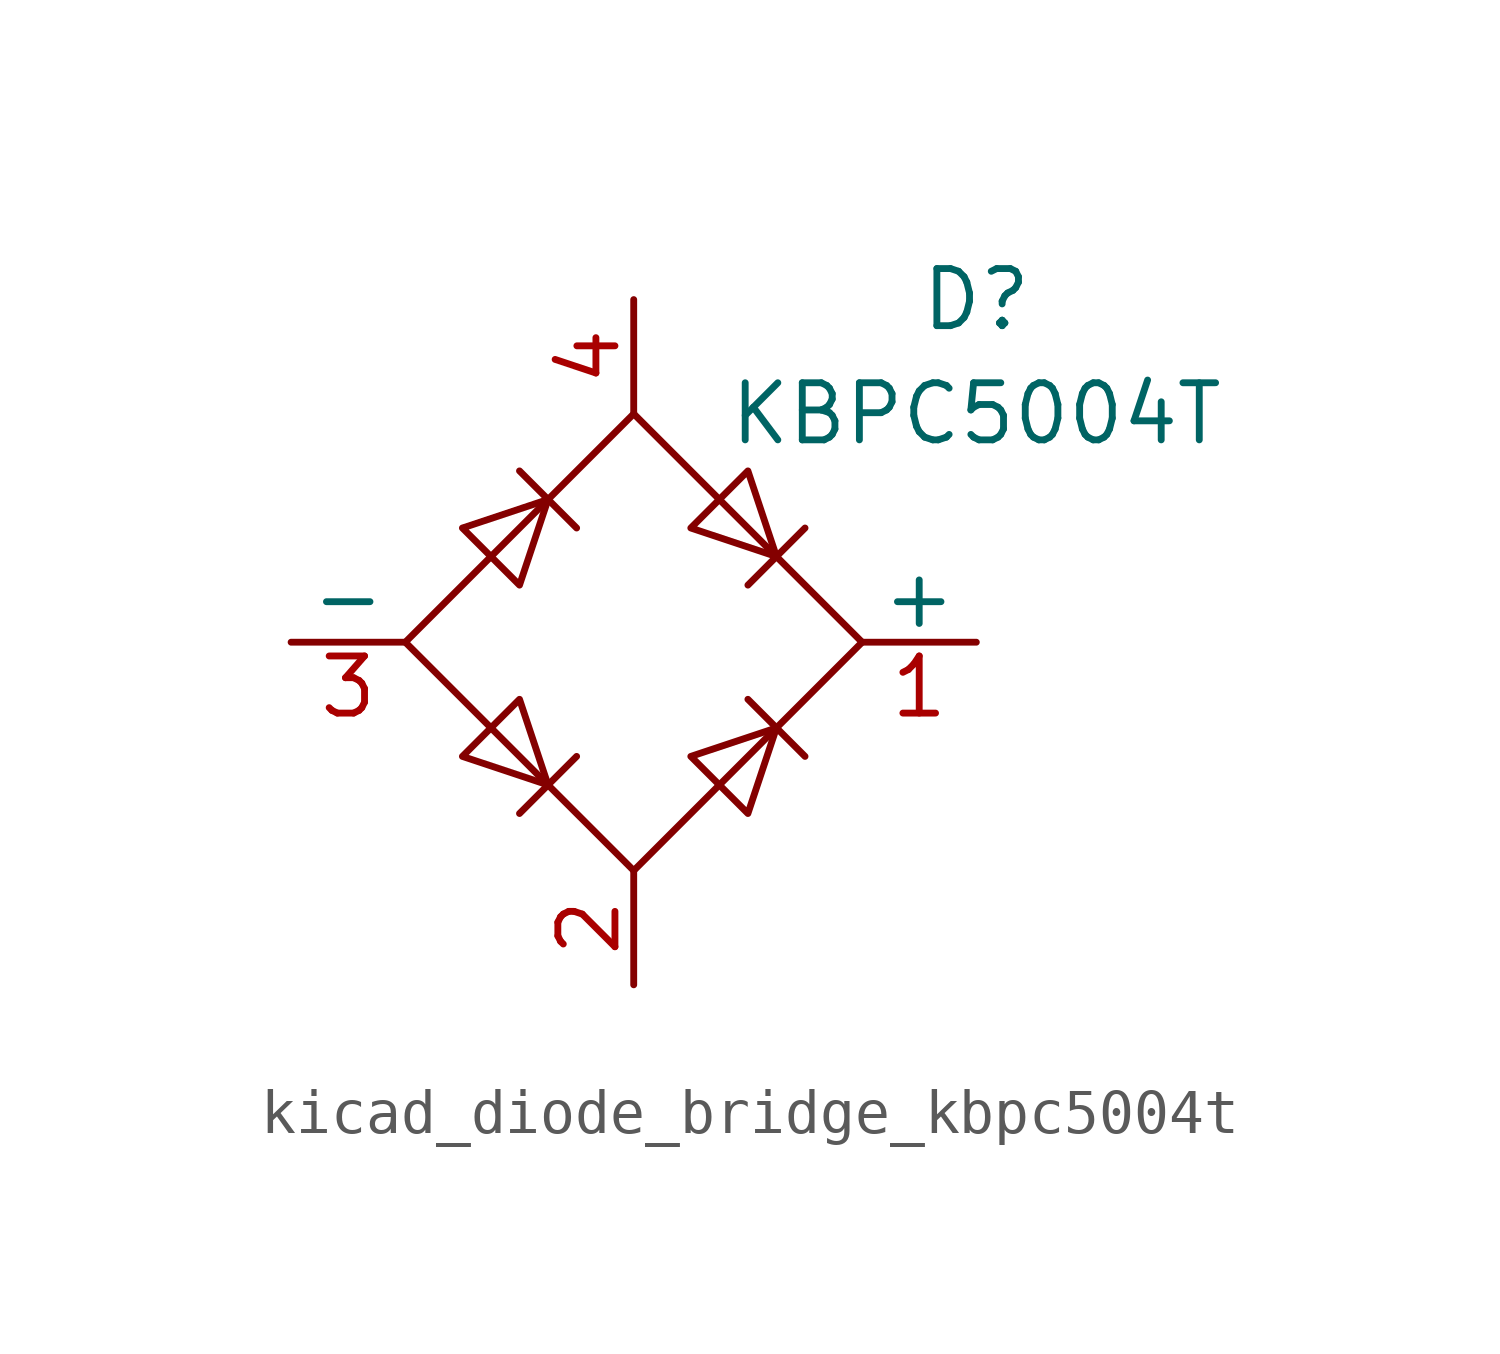
<source format=kicad_sym>
(kicad_symbol_lib
  (version 20220914)
  (generator kicad_symbol_editor)
  (symbol "kicad_diode_bridge_kbpc5004t"
    (pin_names
      (offset 0))
    (property "Reference" "D"
      (at 7.62 7.62 0)
      (effects (font (size 1.27 1.27))))
    (property "Value" "KBPC5004T"
      (at 7.62 5.08 0)
      (effects (font (size 1.27 1.27))))
    (symbol "kicad_diode_bridge_kbpc5004t_0_1"
      (polyline (pts (xy -2.54 3.81) (xy -1.27 2.54)) (stroke (width 0) (type default)) (fill (type none)))
      (polyline (pts (xy -1.27 -2.54) (xy -2.54 -3.81)) (stroke (width 0) (type default)) (fill (type none)))
      (polyline (pts (xy 2.54 -1.27) (xy 3.81 -2.54)) (stroke (width 0) (type default)) (fill (type none)))
      (polyline (pts (xy 2.54 1.27) (xy 3.81 2.54)) (stroke (width 0) (type default)) (fill (type none)))
      (polyline (pts (xy -3.81 2.54) (xy -2.54 1.27) (xy -1.905 3.175) (xy -3.81 2.54)) (stroke (width 0) (type default)) (fill (type none)))
      (polyline (pts (xy -2.54 -1.27) (xy -3.81 -2.54) (xy -1.905 -3.175) (xy -2.54 -1.27)) (stroke (width 0) (type default)) (fill (type none)))
      (polyline (pts (xy 1.27 2.54) (xy 2.54 3.81) (xy 3.175 1.905) (xy 1.27 2.54)) (stroke (width 0) (type default)) (fill (type none)))
      (polyline (pts (xy 3.175 -1.905) (xy 1.27 -2.54) (xy 2.54 -3.81) (xy 3.175 -1.905)) (stroke (width 0) (type default)) (fill (type none)))
      (polyline (pts (xy -5.08 0) (xy 0 -5.08) (xy 5.08 0) (xy 0 5.08) (xy -5.08 0)) (stroke (width 0) (type default)) (fill (type none))))
    (symbol "kicad_diode_bridge_kbpc5004t_1_1"
      (pin passive line (at 7.62 0 180) (length 2.54) (name "+" (effects (font (size 1.27 1.27)))) (number "1" (effects (font (size 1.27 1.27)))))
      (pin passive line (at 0 -7.62 90) (length 2.54) (name "~" (effects (font (size 1.27 1.27)))) (number "2" (effects (font (size 1.27 1.27)))))
      (pin passive line (at -7.62 0 0) (length 2.54) (name "-" (effects (font (size 1.27 1.27)))) (number "3" (effects (font (size 1.27 1.27)))))
      (pin passive line (at 0 7.62 270) (length 2.54) (name "~" (effects (font (size 1.27 1.27)))) (number "4" (effects (font (size 1.27 1.27))))))))
</source>
